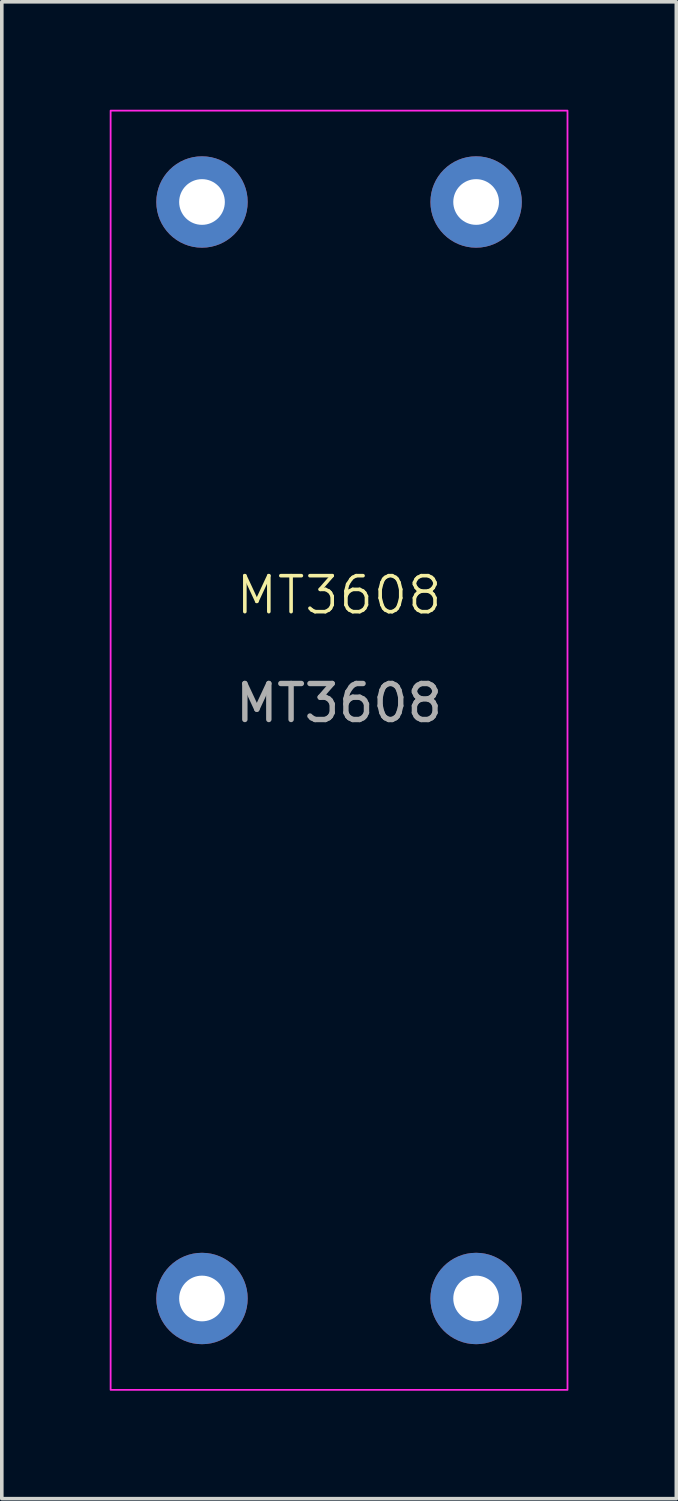
<source format=kicad_pcb>
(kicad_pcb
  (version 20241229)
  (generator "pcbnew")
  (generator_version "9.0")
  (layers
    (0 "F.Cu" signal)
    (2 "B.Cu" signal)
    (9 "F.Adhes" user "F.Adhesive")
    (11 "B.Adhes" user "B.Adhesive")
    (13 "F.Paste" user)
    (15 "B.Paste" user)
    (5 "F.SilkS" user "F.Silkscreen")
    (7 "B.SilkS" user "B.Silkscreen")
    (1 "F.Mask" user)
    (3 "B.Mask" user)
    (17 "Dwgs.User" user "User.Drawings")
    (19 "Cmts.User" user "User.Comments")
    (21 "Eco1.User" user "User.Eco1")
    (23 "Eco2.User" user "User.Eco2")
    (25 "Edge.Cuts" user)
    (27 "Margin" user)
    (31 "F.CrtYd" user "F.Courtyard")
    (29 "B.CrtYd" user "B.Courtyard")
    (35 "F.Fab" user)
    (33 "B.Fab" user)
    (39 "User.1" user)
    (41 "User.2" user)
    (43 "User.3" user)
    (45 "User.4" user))
  (footprint "MT3608"
    (layer "F.Cu")
    (at 6.375 13.995)
    (property "Reference" "MT3608" (at 0 -0.5 0) (unlocked yes) (layer "F.SilkS") (effects (font (size 1 1) (thickness 0.1))))
    (attr through_hole)
    (fp_rect (start -6.35 -13.97) (end 6.35 21.59) (stroke (width 0.05) (type default)) (fill no) (layer "F.CrtYd"))
    (fp_text user "${REFERENCE}" (at 0 2.5 0) (unlocked yes) (layer "F.Fab") (effects (font (size 1 1) (thickness 0.15))))
    (pad "1" thru_hole circle (at 3.81 -11.43) (size 2.54 2.54) (drill 1.27) (layers "*.Cu" "*.Mask"))
    (pad "2" thru_hole circle (at -3.81 -11.43) (size 2.54 2.54) (drill 1.27) (layers "*.Cu" "*.Mask"))
    (pad "3" thru_hole circle (at 3.81 19.05) (size 2.54 2.54) (drill 1.27) (layers "*.Cu" "*.Mask"))
    (pad "4" thru_hole circle (at -3.81 19.05) (size 2.54 2.54) (drill 1.27) (layers "*.Cu" "*.Mask")))
  (gr_rect
    (start -3 -3)
    (end 15.75 38.61)
    (stroke (width 0.1) (type default))
    (fill no)
    (layer "Edge.Cuts")))
</source>
